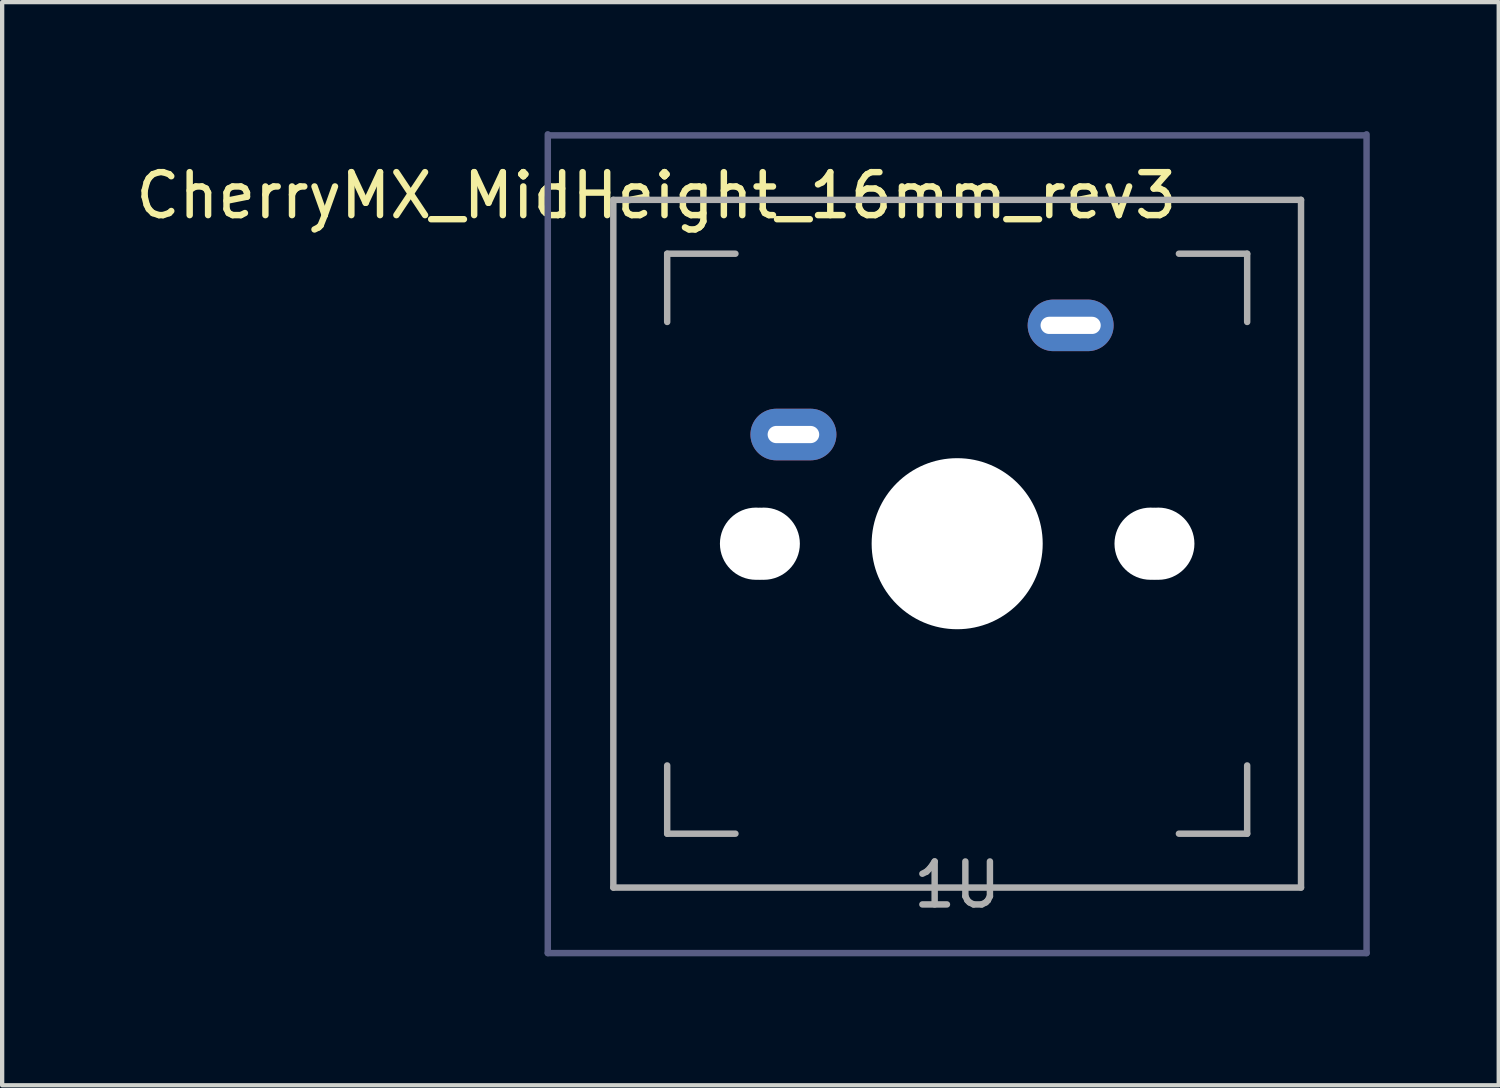
<source format=kicad_pcb>
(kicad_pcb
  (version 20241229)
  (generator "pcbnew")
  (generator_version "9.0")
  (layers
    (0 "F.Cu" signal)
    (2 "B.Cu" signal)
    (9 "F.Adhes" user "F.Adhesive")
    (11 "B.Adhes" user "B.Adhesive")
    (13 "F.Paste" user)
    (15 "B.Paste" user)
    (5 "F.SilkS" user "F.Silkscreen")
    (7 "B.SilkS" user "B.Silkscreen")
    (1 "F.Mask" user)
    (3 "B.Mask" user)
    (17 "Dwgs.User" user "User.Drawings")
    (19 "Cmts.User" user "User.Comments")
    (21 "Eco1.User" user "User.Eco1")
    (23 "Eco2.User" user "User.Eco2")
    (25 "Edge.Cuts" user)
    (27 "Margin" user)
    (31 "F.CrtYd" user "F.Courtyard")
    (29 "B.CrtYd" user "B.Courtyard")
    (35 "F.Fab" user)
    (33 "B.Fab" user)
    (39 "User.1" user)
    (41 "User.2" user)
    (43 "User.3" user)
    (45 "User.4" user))
  (footprint "CherryMX_MidHeight_16mm_rev3"
    (layer "F.Cu")
    (at 19.22 9.6)
    (property "Reference" "CherryMX_MidHeight_16mm_rev3" (at -7 -8.1 180) (layer "F.SilkS") (effects (font (size 1 1) (thickness 0.15))))
    (attr through_hole)
    (fp_line (start -9.525 9.525) (end -9.525 -9.525) (stroke (width 0.15) (type solid)) (layer "B.Fab"))
    (fp_line (start -9.5 -9.5) (end 9.5 -9.5) (stroke (width 0.15) (type solid)) (layer "B.Fab"))
    (fp_line (start 9.525 -9.525) (end 9.525 9.525) (stroke (width 0.15) (type solid)) (layer "B.Fab"))
    (fp_line (start 9.525 9.525) (end -9.525 9.525) (stroke (width 0.15) (type solid)) (layer "B.Fab"))
    (fp_line (start -8 -8) (end 8 -8) (stroke (width 0.15) (type solid)) (layer "F.Fab"))
    (fp_line (start -8 8) (end -8 -8) (stroke (width 0.15) (type solid)) (layer "F.Fab"))
    (fp_line (start -6.747 -6.747) (end -5.159 -6.747) (stroke (width 0.15) (type solid)) (layer "F.Fab"))
    (fp_line (start -6.747 -5.159) (end -6.747 -6.747) (stroke (width 0.15) (type solid)) (layer "F.Fab"))
    (fp_line (start -6.747 6.747) (end -6.747 5.159) (stroke (width 0.15) (type solid)) (layer "F.Fab"))
    (fp_line (start -5.159 6.747) (end -6.747 6.747) (stroke (width 0.15) (type solid)) (layer "F.Fab"))
    (fp_line (start 5.159 -6.747) (end 6.747 -6.747) (stroke (width 0.15) (type solid)) (layer "F.Fab"))
    (fp_line (start 6.747 -6.747) (end 6.747 -5.159) (stroke (width 0.15) (type solid)) (layer "F.Fab"))
    (fp_line (start 6.747 5.159) (end 6.747 6.747) (stroke (width 0.15) (type solid)) (layer "F.Fab"))
    (fp_line (start 6.747 6.747) (end 5.159 6.747) (stroke (width 0.15) (type solid)) (layer "F.Fab"))
    (fp_line (start 8 -8) (end 8 8) (stroke (width 0.15) (type solid)) (layer "F.Fab"))
    (fp_line (start 8 8) (end -8 8) (stroke (width 0.15) (type solid)) (layer "F.Fab"))
    (fp_text user "1U" (at 0 7.938 180) (layer "F.Fab") (effects (font (size 1 1) (thickness 0.15))))
    (pad "" np_thru_hole circle (at -4.68 0 180) (size 1.68 1.68) (drill 1.68) (layers "*.Cu" "*.Mask"))
    (pad "" np_thru_hole circle (at -4.5 0 180) (size 1.68 1.68) (drill 1.68) (layers "*.Cu" "*.Mask"))
    (pad "" np_thru_hole circle (at 0 0 270) (size 3.98 3.98) (drill 3.98) (layers "*.Cu" "*.Mask"))
    (pad "" np_thru_hole circle (at 4.5 0 180) (size 1.68 1.68) (drill 1.68) (layers "*.Cu" "*.Mask"))
    (pad "" np_thru_hole circle (at 4.68 0 180) (size 1.68 1.68) (drill 1.68) (layers "*.Cu" "*.Mask"))
    (pad "1" thru_hole oval (at -3.81 -2.54) (size 2 1.2) (drill oval 1.2 0.4) (layers "*.Cu" "B.Mask"))
    (pad "2" thru_hole oval (at 2.64 -5.08) (size 2 1.2) (drill oval 1.4 0.4) (layers "*.Cu" "B.Mask")))
  (gr_rect
    (start -3 -3)
    (end 31.82 22.2)
    (stroke (width 0.1) (type default))
    (fill no)
    (layer "Edge.Cuts")))
</source>
